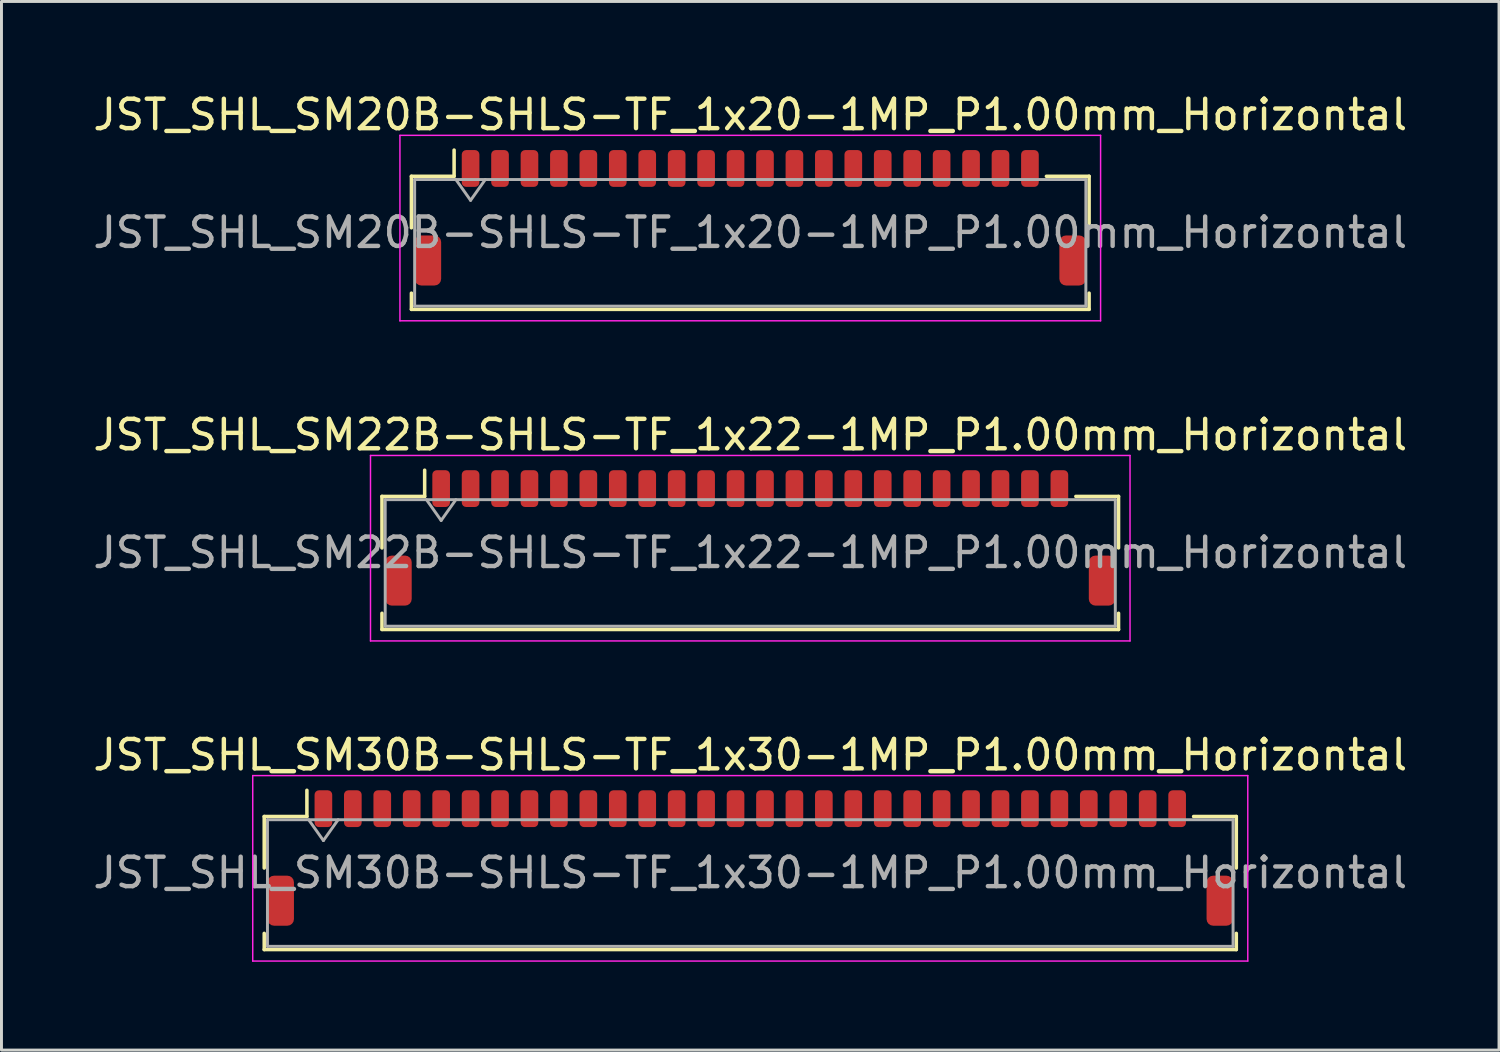
<source format=kicad_pcb>
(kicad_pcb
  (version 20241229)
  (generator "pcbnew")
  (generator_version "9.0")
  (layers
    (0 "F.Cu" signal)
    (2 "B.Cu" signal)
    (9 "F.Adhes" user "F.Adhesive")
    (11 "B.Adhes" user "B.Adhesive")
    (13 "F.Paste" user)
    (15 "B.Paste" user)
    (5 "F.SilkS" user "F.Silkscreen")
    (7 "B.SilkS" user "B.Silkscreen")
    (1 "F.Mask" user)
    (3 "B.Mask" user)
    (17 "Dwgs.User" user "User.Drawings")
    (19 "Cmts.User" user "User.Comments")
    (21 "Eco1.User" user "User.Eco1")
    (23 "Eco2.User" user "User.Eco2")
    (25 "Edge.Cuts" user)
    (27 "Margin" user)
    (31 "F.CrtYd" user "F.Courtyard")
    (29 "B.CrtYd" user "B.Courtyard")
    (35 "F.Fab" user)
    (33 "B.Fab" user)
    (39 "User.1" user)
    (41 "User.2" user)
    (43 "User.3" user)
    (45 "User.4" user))
  (footprint "JST_SHL_SM20B-SHLS-TF_1x20-1MP_P1.00mm_Horizontal"
    (layer "F.Cu")
    (at 22.435 4.348)
    (property "Reference" "JST_SHL_SM20B-SHLS-TF_1x20-1MP_P1.00mm_Horizontal" (at 0 -3.5 0) (layer "F.SilkS") (effects (font (size 1 1) (thickness 0.15))))
    (attr smd)
    (fp_line (start -11.51 -1.41) (end -10.06 -1.41) (stroke (width 0.12) (type solid)) (layer "F.SilkS"))
    (fp_line (start -11.51 0.34) (end -11.51 -1.41) (stroke (width 0.12) (type solid)) (layer "F.SilkS"))
    (fp_line (start -11.51 2.56) (end -11.51 3.11) (stroke (width 0.12) (type solid)) (layer "F.SilkS"))
    (fp_line (start -11.51 3.11) (end 11.51 3.11) (stroke (width 0.12) (type solid)) (layer "F.SilkS"))
    (fp_line (start -10.06 -1.41) (end -10.06 -2.3) (stroke (width 0.12) (type solid)) (layer "F.SilkS"))
    (fp_line (start 11.51 -1.41) (end 10.06 -1.41) (stroke (width 0.12) (type solid)) (layer "F.SilkS"))
    (fp_line (start 11.51 0.34) (end 11.51 -1.41) (stroke (width 0.12) (type solid)) (layer "F.SilkS"))
    (fp_line (start 11.51 3.11) (end 11.51 2.56) (stroke (width 0.12) (type solid)) (layer "F.SilkS"))
    (fp_line (start -11.9 -2.8) (end -11.9 3.5) (stroke (width 0.05) (type solid)) (layer "F.CrtYd"))
    (fp_line (start -11.9 3.5) (end 11.9 3.5) (stroke (width 0.05) (type solid)) (layer "F.CrtYd"))
    (fp_line (start 11.9 -2.8) (end -11.9 -2.8) (stroke (width 0.05) (type solid)) (layer "F.CrtYd"))
    (fp_line (start 11.9 3.5) (end 11.9 -2.8) (stroke (width 0.05) (type solid)) (layer "F.CrtYd"))
    (fp_line (start -11.4 -1.3) (end -11.4 3) (stroke (width 0.1) (type solid)) (layer "F.Fab"))
    (fp_line (start -11.4 -1.3) (end 11.4 -1.3) (stroke (width 0.1) (type solid)) (layer "F.Fab"))
    (fp_line (start -11.4 3) (end 11.4 3) (stroke (width 0.1) (type solid)) (layer "F.Fab"))
    (fp_line (start -10 -1.3) (end -9.5 -0.593) (stroke (width 0.1) (type solid)) (layer "F.Fab"))
    (fp_line (start -9.5 -0.593) (end -9 -1.3) (stroke (width 0.1) (type solid)) (layer "F.Fab"))
    (fp_line (start 11.4 -1.3) (end 11.4 3) (stroke (width 0.1) (type solid)) (layer "F.Fab"))
    (fp_text user "${REFERENCE}" (at 0 0.5 0) (layer "F.Fab") (effects (font (size 1 1) (thickness 0.15))))
    (pad "1" smd roundrect (at -9.5 -1.675) (size 0.6 1.25) (layers "F.Cu" "F.Mask" "F.Paste") (roundrect_rratio 0.25))
    (pad "2" smd roundrect (at -8.5 -1.675) (size 0.6 1.25) (layers "F.Cu" "F.Mask" "F.Paste") (roundrect_rratio 0.25))
    (pad "3" smd roundrect (at -7.5 -1.675) (size 0.6 1.25) (layers "F.Cu" "F.Mask" "F.Paste") (roundrect_rratio 0.25))
    (pad "4" smd roundrect (at -6.5 -1.675) (size 0.6 1.25) (layers "F.Cu" "F.Mask" "F.Paste") (roundrect_rratio 0.25))
    (pad "5" smd roundrect (at -5.5 -1.675) (size 0.6 1.25) (layers "F.Cu" "F.Mask" "F.Paste") (roundrect_rratio 0.25))
    (pad "6" smd roundrect (at -4.5 -1.675) (size 0.6 1.25) (layers "F.Cu" "F.Mask" "F.Paste") (roundrect_rratio 0.25))
    (pad "7" smd roundrect (at -3.5 -1.675) (size 0.6 1.25) (layers "F.Cu" "F.Mask" "F.Paste") (roundrect_rratio 0.25))
    (pad "8" smd roundrect (at -2.5 -1.675) (size 0.6 1.25) (layers "F.Cu" "F.Mask" "F.Paste") (roundrect_rratio 0.25))
    (pad "9" smd roundrect (at -1.5 -1.675) (size 0.6 1.25) (layers "F.Cu" "F.Mask" "F.Paste") (roundrect_rratio 0.25))
    (pad "10" smd roundrect (at -0.5 -1.675) (size 0.6 1.25) (layers "F.Cu" "F.Mask" "F.Paste") (roundrect_rratio 0.25))
    (pad "11" smd roundrect (at 0.5 -1.675) (size 0.6 1.25) (layers "F.Cu" "F.Mask" "F.Paste") (roundrect_rratio 0.25))
    (pad "12" smd roundrect (at 1.5 -1.675) (size 0.6 1.25) (layers "F.Cu" "F.Mask" "F.Paste") (roundrect_rratio 0.25))
    (pad "13" smd roundrect (at 2.5 -1.675) (size 0.6 1.25) (layers "F.Cu" "F.Mask" "F.Paste") (roundrect_rratio 0.25))
    (pad "14" smd roundrect (at 3.5 -1.675) (size 0.6 1.25) (layers "F.Cu" "F.Mask" "F.Paste") (roundrect_rratio 0.25))
    (pad "15" smd roundrect (at 4.5 -1.675) (size 0.6 1.25) (layers "F.Cu" "F.Mask" "F.Paste") (roundrect_rratio 0.25))
    (pad "16" smd roundrect (at 5.5 -1.675) (size 0.6 1.25) (layers "F.Cu" "F.Mask" "F.Paste") (roundrect_rratio 0.25))
    (pad "17" smd roundrect (at 6.5 -1.675) (size 0.6 1.25) (layers "F.Cu" "F.Mask" "F.Paste") (roundrect_rratio 0.25))
    (pad "18" smd roundrect (at 7.5 -1.675) (size 0.6 1.25) (layers "F.Cu" "F.Mask" "F.Paste") (roundrect_rratio 0.25))
    (pad "19" smd roundrect (at 8.5 -1.675) (size 0.6 1.25) (layers "F.Cu" "F.Mask" "F.Paste") (roundrect_rratio 0.25))
    (pad "20" smd roundrect (at 9.5 -1.675) (size 0.6 1.25) (layers "F.Cu" "F.Mask" "F.Paste") (roundrect_rratio 0.25))
    (pad "MP" smd roundrect (at -10.95 1.45) (size 0.9 1.7) (layers "F.Cu" "F.Mask" "F.Paste") (roundrect_rratio 0.25))
    (pad "MP" smd roundrect (at 10.95 1.45) (size 0.9 1.7) (layers "F.Cu" "F.Mask" "F.Paste") (roundrect_rratio 0.25)))
  (footprint "JST_SHL_SM30B-SHLS-TF_1x30-1MP_P1.00mm_Horizontal"
    (layer "F.Cu")
    (at 22.435 26.095)
    (property "Reference" "JST_SHL_SM30B-SHLS-TF_1x30-1MP_P1.00mm_Horizontal" (at 0 -3.5 0) (layer "F.SilkS") (effects (font (size 1 1) (thickness 0.15))))
    (attr smd)
    (fp_line (start -16.51 -1.41) (end -15.06 -1.41) (stroke (width 0.12) (type solid)) (layer "F.SilkS"))
    (fp_line (start -16.51 0.34) (end -16.51 -1.41) (stroke (width 0.12) (type solid)) (layer "F.SilkS"))
    (fp_line (start -16.51 2.56) (end -16.51 3.11) (stroke (width 0.12) (type solid)) (layer "F.SilkS"))
    (fp_line (start -16.51 3.11) (end 16.51 3.11) (stroke (width 0.12) (type solid)) (layer "F.SilkS"))
    (fp_line (start -15.06 -1.41) (end -15.06 -2.3) (stroke (width 0.12) (type solid)) (layer "F.SilkS"))
    (fp_line (start 16.51 -1.41) (end 15.06 -1.41) (stroke (width 0.12) (type solid)) (layer "F.SilkS"))
    (fp_line (start 16.51 0.34) (end 16.51 -1.41) (stroke (width 0.12) (type solid)) (layer "F.SilkS"))
    (fp_line (start 16.51 3.11) (end 16.51 2.56) (stroke (width 0.12) (type solid)) (layer "F.SilkS"))
    (fp_line (start -16.9 -2.8) (end -16.9 3.5) (stroke (width 0.05) (type solid)) (layer "F.CrtYd"))
    (fp_line (start -16.9 3.5) (end 16.9 3.5) (stroke (width 0.05) (type solid)) (layer "F.CrtYd"))
    (fp_line (start 16.9 -2.8) (end -16.9 -2.8) (stroke (width 0.05) (type solid)) (layer "F.CrtYd"))
    (fp_line (start 16.9 3.5) (end 16.9 -2.8) (stroke (width 0.05) (type solid)) (layer "F.CrtYd"))
    (fp_line (start -16.4 -1.3) (end -16.4 3) (stroke (width 0.1) (type solid)) (layer "F.Fab"))
    (fp_line (start -16.4 -1.3) (end 16.4 -1.3) (stroke (width 0.1) (type solid)) (layer "F.Fab"))
    (fp_line (start -16.4 3) (end 16.4 3) (stroke (width 0.1) (type solid)) (layer "F.Fab"))
    (fp_line (start -15 -1.3) (end -14.5 -0.593) (stroke (width 0.1) (type solid)) (layer "F.Fab"))
    (fp_line (start -14.5 -0.593) (end -14 -1.3) (stroke (width 0.1) (type solid)) (layer "F.Fab"))
    (fp_line (start 16.4 -1.3) (end 16.4 3) (stroke (width 0.1) (type solid)) (layer "F.Fab"))
    (fp_text user "${REFERENCE}" (at 0 0.5 0) (layer "F.Fab") (effects (font (size 1 1) (thickness 0.15))))
    (pad "1" smd roundrect (at -14.5 -1.675) (size 0.6 1.25) (layers "F.Cu" "F.Mask" "F.Paste") (roundrect_rratio 0.25))
    (pad "2" smd roundrect (at -13.5 -1.675) (size 0.6 1.25) (layers "F.Cu" "F.Mask" "F.Paste") (roundrect_rratio 0.25))
    (pad "3" smd roundrect (at -12.5 -1.675) (size 0.6 1.25) (layers "F.Cu" "F.Mask" "F.Paste") (roundrect_rratio 0.25))
    (pad "4" smd roundrect (at -11.5 -1.675) (size 0.6 1.25) (layers "F.Cu" "F.Mask" "F.Paste") (roundrect_rratio 0.25))
    (pad "5" smd roundrect (at -10.5 -1.675) (size 0.6 1.25) (layers "F.Cu" "F.Mask" "F.Paste") (roundrect_rratio 0.25))
    (pad "6" smd roundrect (at -9.5 -1.675) (size 0.6 1.25) (layers "F.Cu" "F.Mask" "F.Paste") (roundrect_rratio 0.25))
    (pad "7" smd roundrect (at -8.5 -1.675) (size 0.6 1.25) (layers "F.Cu" "F.Mask" "F.Paste") (roundrect_rratio 0.25))
    (pad "8" smd roundrect (at -7.5 -1.675) (size 0.6 1.25) (layers "F.Cu" "F.Mask" "F.Paste") (roundrect_rratio 0.25))
    (pad "9" smd roundrect (at -6.5 -1.675) (size 0.6 1.25) (layers "F.Cu" "F.Mask" "F.Paste") (roundrect_rratio 0.25))
    (pad "10" smd roundrect (at -5.5 -1.675) (size 0.6 1.25) (layers "F.Cu" "F.Mask" "F.Paste") (roundrect_rratio 0.25))
    (pad "11" smd roundrect (at -4.5 -1.675) (size 0.6 1.25) (layers "F.Cu" "F.Mask" "F.Paste") (roundrect_rratio 0.25))
    (pad "12" smd roundrect (at -3.5 -1.675) (size 0.6 1.25) (layers "F.Cu" "F.Mask" "F.Paste") (roundrect_rratio 0.25))
    (pad "13" smd roundrect (at -2.5 -1.675) (size 0.6 1.25) (layers "F.Cu" "F.Mask" "F.Paste") (roundrect_rratio 0.25))
    (pad "14" smd roundrect (at -1.5 -1.675) (size 0.6 1.25) (layers "F.Cu" "F.Mask" "F.Paste") (roundrect_rratio 0.25))
    (pad "15" smd roundrect (at -0.5 -1.675) (size 0.6 1.25) (layers "F.Cu" "F.Mask" "F.Paste") (roundrect_rratio 0.25))
    (pad "16" smd roundrect (at 0.5 -1.675) (size 0.6 1.25) (layers "F.Cu" "F.Mask" "F.Paste") (roundrect_rratio 0.25))
    (pad "17" smd roundrect (at 1.5 -1.675) (size 0.6 1.25) (layers "F.Cu" "F.Mask" "F.Paste") (roundrect_rratio 0.25))
    (pad "18" smd roundrect (at 2.5 -1.675) (size 0.6 1.25) (layers "F.Cu" "F.Mask" "F.Paste") (roundrect_rratio 0.25))
    (pad "19" smd roundrect (at 3.5 -1.675) (size 0.6 1.25) (layers "F.Cu" "F.Mask" "F.Paste") (roundrect_rratio 0.25))
    (pad "20" smd roundrect (at 4.5 -1.675) (size 0.6 1.25) (layers "F.Cu" "F.Mask" "F.Paste") (roundrect_rratio 0.25))
    (pad "21" smd roundrect (at 5.5 -1.675) (size 0.6 1.25) (layers "F.Cu" "F.Mask" "F.Paste") (roundrect_rratio 0.25))
    (pad "22" smd roundrect (at 6.5 -1.675) (size 0.6 1.25) (layers "F.Cu" "F.Mask" "F.Paste") (roundrect_rratio 0.25))
    (pad "23" smd roundrect (at 7.5 -1.675) (size 0.6 1.25) (layers "F.Cu" "F.Mask" "F.Paste") (roundrect_rratio 0.25))
    (pad "24" smd roundrect (at 8.5 -1.675) (size 0.6 1.25) (layers "F.Cu" "F.Mask" "F.Paste") (roundrect_rratio 0.25))
    (pad "25" smd roundrect (at 9.5 -1.675) (size 0.6 1.25) (layers "F.Cu" "F.Mask" "F.Paste") (roundrect_rratio 0.25))
    (pad "26" smd roundrect (at 10.5 -1.675) (size 0.6 1.25) (layers "F.Cu" "F.Mask" "F.Paste") (roundrect_rratio 0.25))
    (pad "27" smd roundrect (at 11.5 -1.675) (size 0.6 1.25) (layers "F.Cu" "F.Mask" "F.Paste") (roundrect_rratio 0.25))
    (pad "28" smd roundrect (at 12.5 -1.675) (size 0.6 1.25) (layers "F.Cu" "F.Mask" "F.Paste") (roundrect_rratio 0.25))
    (pad "29" smd roundrect (at 13.5 -1.675) (size 0.6 1.25) (layers "F.Cu" "F.Mask" "F.Paste") (roundrect_rratio 0.25))
    (pad "30" smd roundrect (at 14.5 -1.675) (size 0.6 1.25) (layers "F.Cu" "F.Mask" "F.Paste") (roundrect_rratio 0.25))
    (pad "MP" smd roundrect (at -15.95 1.45) (size 0.9 1.7) (layers "F.Cu" "F.Mask" "F.Paste") (roundrect_rratio 0.25))
    (pad "MP" smd roundrect (at 15.95 1.45) (size 0.9 1.7) (layers "F.Cu" "F.Mask" "F.Paste") (roundrect_rratio 0.25)))
  (footprint "JST_SHL_SM22B-SHLS-TF_1x22-1MP_P1.00mm_Horizontal"
    (layer "F.Cu")
    (at 22.435 15.222)
    (property "Reference" "JST_SHL_SM22B-SHLS-TF_1x22-1MP_P1.00mm_Horizontal" (at 0 -3.5 0) (layer "F.SilkS") (effects (font (size 1 1) (thickness 0.15))))
    (attr smd)
    (fp_line (start -12.51 -1.41) (end -11.06 -1.41) (stroke (width 0.12) (type solid)) (layer "F.SilkS"))
    (fp_line (start -12.51 0.34) (end -12.51 -1.41) (stroke (width 0.12) (type solid)) (layer "F.SilkS"))
    (fp_line (start -12.51 2.56) (end -12.51 3.11) (stroke (width 0.12) (type solid)) (layer "F.SilkS"))
    (fp_line (start -12.51 3.11) (end 12.51 3.11) (stroke (width 0.12) (type solid)) (layer "F.SilkS"))
    (fp_line (start -11.06 -1.41) (end -11.06 -2.3) (stroke (width 0.12) (type solid)) (layer "F.SilkS"))
    (fp_line (start 12.51 -1.41) (end 11.06 -1.41) (stroke (width 0.12) (type solid)) (layer "F.SilkS"))
    (fp_line (start 12.51 0.34) (end 12.51 -1.41) (stroke (width 0.12) (type solid)) (layer "F.SilkS"))
    (fp_line (start 12.51 3.11) (end 12.51 2.56) (stroke (width 0.12) (type solid)) (layer "F.SilkS"))
    (fp_line (start -12.9 -2.8) (end -12.9 3.5) (stroke (width 0.05) (type solid)) (layer "F.CrtYd"))
    (fp_line (start -12.9 3.5) (end 12.9 3.5) (stroke (width 0.05) (type solid)) (layer "F.CrtYd"))
    (fp_line (start 12.9 -2.8) (end -12.9 -2.8) (stroke (width 0.05) (type solid)) (layer "F.CrtYd"))
    (fp_line (start 12.9 3.5) (end 12.9 -2.8) (stroke (width 0.05) (type solid)) (layer "F.CrtYd"))
    (fp_line (start -12.4 -1.3) (end -12.4 3) (stroke (width 0.1) (type solid)) (layer "F.Fab"))
    (fp_line (start -12.4 -1.3) (end 12.4 -1.3) (stroke (width 0.1) (type solid)) (layer "F.Fab"))
    (fp_line (start -12.4 3) (end 12.4 3) (stroke (width 0.1) (type solid)) (layer "F.Fab"))
    (fp_line (start -11 -1.3) (end -10.5 -0.593) (stroke (width 0.1) (type solid)) (layer "F.Fab"))
    (fp_line (start -10.5 -0.593) (end -10 -1.3) (stroke (width 0.1) (type solid)) (layer "F.Fab"))
    (fp_line (start 12.4 -1.3) (end 12.4 3) (stroke (width 0.1) (type solid)) (layer "F.Fab"))
    (fp_text user "${REFERENCE}" (at 0 0.5 0) (layer "F.Fab") (effects (font (size 1 1) (thickness 0.15))))
    (pad "1" smd roundrect (at -10.5 -1.675) (size 0.6 1.25) (layers "F.Cu" "F.Mask" "F.Paste") (roundrect_rratio 0.25))
    (pad "2" smd roundrect (at -9.5 -1.675) (size 0.6 1.25) (layers "F.Cu" "F.Mask" "F.Paste") (roundrect_rratio 0.25))
    (pad "3" smd roundrect (at -8.5 -1.675) (size 0.6 1.25) (layers "F.Cu" "F.Mask" "F.Paste") (roundrect_rratio 0.25))
    (pad "4" smd roundrect (at -7.5 -1.675) (size 0.6 1.25) (layers "F.Cu" "F.Mask" "F.Paste") (roundrect_rratio 0.25))
    (pad "5" smd roundrect (at -6.5 -1.675) (size 0.6 1.25) (layers "F.Cu" "F.Mask" "F.Paste") (roundrect_rratio 0.25))
    (pad "6" smd roundrect (at -5.5 -1.675) (size 0.6 1.25) (layers "F.Cu" "F.Mask" "F.Paste") (roundrect_rratio 0.25))
    (pad "7" smd roundrect (at -4.5 -1.675) (size 0.6 1.25) (layers "F.Cu" "F.Mask" "F.Paste") (roundrect_rratio 0.25))
    (pad "8" smd roundrect (at -3.5 -1.675) (size 0.6 1.25) (layers "F.Cu" "F.Mask" "F.Paste") (roundrect_rratio 0.25))
    (pad "9" smd roundrect (at -2.5 -1.675) (size 0.6 1.25) (layers "F.Cu" "F.Mask" "F.Paste") (roundrect_rratio 0.25))
    (pad "10" smd roundrect (at -1.5 -1.675) (size 0.6 1.25) (layers "F.Cu" "F.Mask" "F.Paste") (roundrect_rratio 0.25))
    (pad "11" smd roundrect (at -0.5 -1.675) (size 0.6 1.25) (layers "F.Cu" "F.Mask" "F.Paste") (roundrect_rratio 0.25))
    (pad "12" smd roundrect (at 0.5 -1.675) (size 0.6 1.25) (layers "F.Cu" "F.Mask" "F.Paste") (roundrect_rratio 0.25))
    (pad "13" smd roundrect (at 1.5 -1.675) (size 0.6 1.25) (layers "F.Cu" "F.Mask" "F.Paste") (roundrect_rratio 0.25))
    (pad "14" smd roundrect (at 2.5 -1.675) (size 0.6 1.25) (layers "F.Cu" "F.Mask" "F.Paste") (roundrect_rratio 0.25))
    (pad "15" smd roundrect (at 3.5 -1.675) (size 0.6 1.25) (layers "F.Cu" "F.Mask" "F.Paste") (roundrect_rratio 0.25))
    (pad "16" smd roundrect (at 4.5 -1.675) (size 0.6 1.25) (layers "F.Cu" "F.Mask" "F.Paste") (roundrect_rratio 0.25))
    (pad "17" smd roundrect (at 5.5 -1.675) (size 0.6 1.25) (layers "F.Cu" "F.Mask" "F.Paste") (roundrect_rratio 0.25))
    (pad "18" smd roundrect (at 6.5 -1.675) (size 0.6 1.25) (layers "F.Cu" "F.Mask" "F.Paste") (roundrect_rratio 0.25))
    (pad "19" smd roundrect (at 7.5 -1.675) (size 0.6 1.25) (layers "F.Cu" "F.Mask" "F.Paste") (roundrect_rratio 0.25))
    (pad "20" smd roundrect (at 8.5 -1.675) (size 0.6 1.25) (layers "F.Cu" "F.Mask" "F.Paste") (roundrect_rratio 0.25))
    (pad "21" smd roundrect (at 9.5 -1.675) (size 0.6 1.25) (layers "F.Cu" "F.Mask" "F.Paste") (roundrect_rratio 0.25))
    (pad "22" smd roundrect (at 10.5 -1.675) (size 0.6 1.25) (layers "F.Cu" "F.Mask" "F.Paste") (roundrect_rratio 0.25))
    (pad "MP" smd roundrect (at -11.95 1.45) (size 0.9 1.7) (layers "F.Cu" "F.Mask" "F.Paste") (roundrect_rratio 0.25))
    (pad "MP" smd roundrect (at 11.95 1.45) (size 0.9 1.7) (layers "F.Cu" "F.Mask" "F.Paste") (roundrect_rratio 0.25)))
  (gr_rect
    (start -3 -3)
    (end 47.869 32.62)
    (stroke (width 0.1) (type default))
    (fill no)
    (layer "Edge.Cuts")))
</source>
